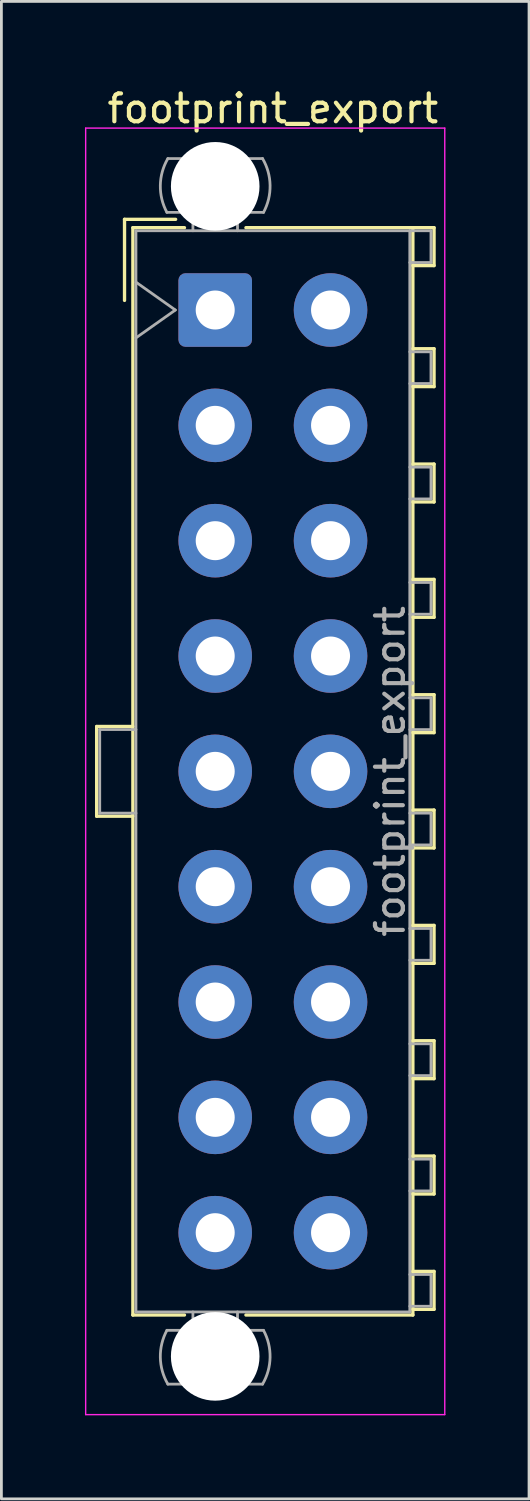
<source format=kicad_pcb>
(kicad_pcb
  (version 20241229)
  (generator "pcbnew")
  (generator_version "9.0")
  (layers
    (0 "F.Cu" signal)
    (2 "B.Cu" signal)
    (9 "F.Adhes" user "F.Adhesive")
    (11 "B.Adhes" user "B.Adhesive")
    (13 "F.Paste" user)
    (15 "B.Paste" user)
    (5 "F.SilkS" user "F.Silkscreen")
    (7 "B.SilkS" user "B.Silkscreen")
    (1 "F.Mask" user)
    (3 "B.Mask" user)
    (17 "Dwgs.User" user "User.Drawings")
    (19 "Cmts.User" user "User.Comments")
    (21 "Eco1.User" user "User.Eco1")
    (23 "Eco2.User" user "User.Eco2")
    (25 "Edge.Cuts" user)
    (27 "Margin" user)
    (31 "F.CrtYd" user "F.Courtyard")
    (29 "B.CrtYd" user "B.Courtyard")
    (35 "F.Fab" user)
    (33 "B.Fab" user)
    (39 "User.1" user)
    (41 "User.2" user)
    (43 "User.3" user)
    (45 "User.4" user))
  (footprint "footprint_export"
    (layer "F.Cu")
    (at 4.675 8.078)
    (property "Reference" "footprint_export" (at 2.07 -7.23 0) (layer "F.SilkS") (effects (font (size 1 1) (thickness 0.15))))
    (attr through_hole)
    (fp_line (start -4.255 14.95) (end -4.255 18.17) (stroke (width 0.12) (type solid)) (layer "F.SilkS"))
    (fp_line (start -4.255 18.17) (end -2.955 18.17) (stroke (width 0.12) (type solid)) (layer "F.SilkS"))
    (fp_line (start -3.255 -3.255) (end -3.255 -0.345) (stroke (width 0.12) (type solid)) (layer "F.SilkS"))
    (fp_line (start -2.955 -2.955) (end -2.955 36.075) (stroke (width 0.12) (type solid)) (layer "F.SilkS"))
    (fp_line (start -2.955 14.95) (end -4.255 14.95) (stroke (width 0.12) (type solid)) (layer "F.SilkS"))
    (fp_line (start -2.955 36.075) (end -1.103 36.075) (stroke (width 0.12) (type solid)) (layer "F.SilkS"))
    (fp_line (start -1.421 -3.255) (end -3.255 -3.255) (stroke (width 0.12) (type solid)) (layer "F.SilkS"))
    (fp_line (start -1.103 -2.955) (end -2.955 -2.955) (stroke (width 0.12) (type solid)) (layer "F.SilkS"))
    (fp_line (start 1.103 -2.955) (end 7.095 -2.955) (stroke (width 0.12) (type solid)) (layer "F.SilkS"))
    (fp_line (start 7.095 -2.955) (end 7.095 36.075) (stroke (width 0.12) (type solid)) (layer "F.SilkS"))
    (fp_line (start 7.095 -2.955) (end 7.855 -2.955) (stroke (width 0.12) (type solid)) (layer "F.SilkS"))
    (fp_line (start 7.095 1.39) (end 7.855 1.39) (stroke (width 0.12) (type solid)) (layer "F.SilkS"))
    (fp_line (start 7.095 5.53) (end 7.855 5.53) (stroke (width 0.12) (type solid)) (layer "F.SilkS"))
    (fp_line (start 7.095 9.67) (end 7.855 9.67) (stroke (width 0.12) (type solid)) (layer "F.SilkS"))
    (fp_line (start 7.095 13.81) (end 7.855 13.81) (stroke (width 0.12) (type solid)) (layer "F.SilkS"))
    (fp_line (start 7.095 17.95) (end 7.855 17.95) (stroke (width 0.12) (type solid)) (layer "F.SilkS"))
    (fp_line (start 7.095 22.09) (end 7.855 22.09) (stroke (width 0.12) (type solid)) (layer "F.SilkS"))
    (fp_line (start 7.095 26.23) (end 7.855 26.23) (stroke (width 0.12) (type solid)) (layer "F.SilkS"))
    (fp_line (start 7.095 30.37) (end 7.855 30.37) (stroke (width 0.12) (type solid)) (layer "F.SilkS"))
    (fp_line (start 7.095 34.51) (end 7.855 34.51) (stroke (width 0.12) (type solid)) (layer "F.SilkS"))
    (fp_line (start 7.095 36.075) (end 1.103 36.075) (stroke (width 0.12) (type solid)) (layer "F.SilkS"))
    (fp_line (start 7.855 -2.955) (end 7.855 -1.595) (stroke (width 0.12) (type solid)) (layer "F.SilkS"))
    (fp_line (start 7.855 -1.595) (end 7.095 -1.595) (stroke (width 0.12) (type solid)) (layer "F.SilkS"))
    (fp_line (start 7.855 1.39) (end 7.855 2.75) (stroke (width 0.12) (type solid)) (layer "F.SilkS"))
    (fp_line (start 7.855 2.75) (end 7.095 2.75) (stroke (width 0.12) (type solid)) (layer "F.SilkS"))
    (fp_line (start 7.855 5.53) (end 7.855 6.89) (stroke (width 0.12) (type solid)) (layer "F.SilkS"))
    (fp_line (start 7.855 6.89) (end 7.095 6.89) (stroke (width 0.12) (type solid)) (layer "F.SilkS"))
    (fp_line (start 7.855 9.67) (end 7.855 11.03) (stroke (width 0.12) (type solid)) (layer "F.SilkS"))
    (fp_line (start 7.855 11.03) (end 7.095 11.03) (stroke (width 0.12) (type solid)) (layer "F.SilkS"))
    (fp_line (start 7.855 13.81) (end 7.855 15.17) (stroke (width 0.12) (type solid)) (layer "F.SilkS"))
    (fp_line (start 7.855 15.17) (end 7.095 15.17) (stroke (width 0.12) (type solid)) (layer "F.SilkS"))
    (fp_line (start 7.855 17.95) (end 7.855 19.31) (stroke (width 0.12) (type solid)) (layer "F.SilkS"))
    (fp_line (start 7.855 19.31) (end 7.095 19.31) (stroke (width 0.12) (type solid)) (layer "F.SilkS"))
    (fp_line (start 7.855 22.09) (end 7.855 23.45) (stroke (width 0.12) (type solid)) (layer "F.SilkS"))
    (fp_line (start 7.855 23.45) (end 7.095 23.45) (stroke (width 0.12) (type solid)) (layer "F.SilkS"))
    (fp_line (start 7.855 26.23) (end 7.855 27.59) (stroke (width 0.12) (type solid)) (layer "F.SilkS"))
    (fp_line (start 7.855 27.59) (end 7.095 27.59) (stroke (width 0.12) (type solid)) (layer "F.SilkS"))
    (fp_line (start 7.855 30.37) (end 7.855 31.73) (stroke (width 0.12) (type solid)) (layer "F.SilkS"))
    (fp_line (start 7.855 31.73) (end 7.095 31.73) (stroke (width 0.12) (type solid)) (layer "F.SilkS"))
    (fp_line (start 7.855 34.51) (end 7.855 35.87) (stroke (width 0.12) (type solid)) (layer "F.SilkS"))
    (fp_line (start 7.855 35.87) (end 7.095 35.87) (stroke (width 0.12) (type solid)) (layer "F.SilkS"))
    (fp_line (start -4.65 -6.53) (end -4.65 39.65) (stroke (width 0.05) (type solid)) (layer "F.CrtYd"))
    (fp_line (start -4.65 39.65) (end 8.24 39.65) (stroke (width 0.05) (type solid)) (layer "F.CrtYd"))
    (fp_line (start 8.24 -6.53) (end -4.65 -6.53) (stroke (width 0.05) (type solid)) (layer "F.CrtYd"))
    (fp_line (start 8.24 39.65) (end 8.24 -6.53) (stroke (width 0.05) (type solid)) (layer "F.CrtYd"))
    (fp_line (start -4.145 15.06) (end -4.145 18.06) (stroke (width 0.1) (type solid)) (layer "F.Fab"))
    (fp_line (start -4.145 18.06) (end -2.845 18.06) (stroke (width 0.1) (type solid)) (layer "F.Fab"))
    (fp_line (start -2.845 -2.845) (end -2.845 35.965) (stroke (width 0.1) (type solid)) (layer "F.Fab"))
    (fp_line (start -2.845 -1) (end -1.431 0) (stroke (width 0.1) (type solid)) (layer "F.Fab"))
    (fp_line (start -2.845 15.06) (end -4.145 15.06) (stroke (width 0.1) (type solid)) (layer "F.Fab"))
    (fp_line (start -2.845 35.965) (end 6.985 35.965) (stroke (width 0.1) (type solid)) (layer "F.Fab"))
    (fp_line (start -1.431 0) (end -2.845 1) (stroke (width 0.1) (type solid)) (layer "F.Fab"))
    (fp_line (start -0.8 -2.845) (end -0.8 -3.505) (stroke (width 0.1) (type solid)) (layer "F.Fab"))
    (fp_line (start -0.8 35.965) (end -0.8 36.625) (stroke (width 0.1) (type solid)) (layer "F.Fab"))
    (fp_line (start 0.8 -2.845) (end 0.8 -3.505) (stroke (width 0.1) (type solid)) (layer "F.Fab"))
    (fp_line (start 0.8 35.965) (end 0.8 36.625) (stroke (width 0.1) (type solid)) (layer "F.Fab"))
    (fp_line (start 1.7 -5.436) (end -1.7 -5.436) (stroke (width 0.1) (type solid)) (layer "F.Fab"))
    (fp_line (start 1.7 38.556) (end -1.7 38.556) (stroke (width 0.1) (type solid)) (layer "F.Fab"))
    (fp_line (start 1.734 -3.505) (end -1.734 -3.505) (stroke (width 0.1) (type solid)) (layer "F.Fab"))
    (fp_line (start 1.734 36.625) (end -1.734 36.625) (stroke (width 0.1) (type solid)) (layer "F.Fab"))
    (fp_line (start 6.985 -2.845) (end -2.845 -2.845) (stroke (width 0.1) (type solid)) (layer "F.Fab"))
    (fp_line (start 6.985 -2.845) (end 7.745 -2.845) (stroke (width 0.1) (type solid)) (layer "F.Fab"))
    (fp_line (start 6.985 1.5) (end 7.745 1.5) (stroke (width 0.1) (type solid)) (layer "F.Fab"))
    (fp_line (start 6.985 5.64) (end 7.745 5.64) (stroke (width 0.1) (type solid)) (layer "F.Fab"))
    (fp_line (start 6.985 9.78) (end 7.745 9.78) (stroke (width 0.1) (type solid)) (layer "F.Fab"))
    (fp_line (start 6.985 13.92) (end 7.745 13.92) (stroke (width 0.1) (type solid)) (layer "F.Fab"))
    (fp_line (start 6.985 18.06) (end 7.745 18.06) (stroke (width 0.1) (type solid)) (layer "F.Fab"))
    (fp_line (start 6.985 22.2) (end 7.745 22.2) (stroke (width 0.1) (type solid)) (layer "F.Fab"))
    (fp_line (start 6.985 26.34) (end 7.745 26.34) (stroke (width 0.1) (type solid)) (layer "F.Fab"))
    (fp_line (start 6.985 30.48) (end 7.745 30.48) (stroke (width 0.1) (type solid)) (layer "F.Fab"))
    (fp_line (start 6.985 34.62) (end 7.745 34.62) (stroke (width 0.1) (type solid)) (layer "F.Fab"))
    (fp_line (start 6.985 35.965) (end 6.985 -2.845) (stroke (width 0.1) (type solid)) (layer "F.Fab"))
    (fp_line (start 7.745 -2.845) (end 7.745 -1.705) (stroke (width 0.1) (type solid)) (layer "F.Fab"))
    (fp_line (start 7.745 -1.705) (end 6.985 -1.705) (stroke (width 0.1) (type solid)) (layer "F.Fab"))
    (fp_line (start 7.745 1.5) (end 7.745 2.64) (stroke (width 0.1) (type solid)) (layer "F.Fab"))
    (fp_line (start 7.745 2.64) (end 6.985 2.64) (stroke (width 0.1) (type solid)) (layer "F.Fab"))
    (fp_line (start 7.745 5.64) (end 7.745 6.78) (stroke (width 0.1) (type solid)) (layer "F.Fab"))
    (fp_line (start 7.745 6.78) (end 6.985 6.78) (stroke (width 0.1) (type solid)) (layer "F.Fab"))
    (fp_line (start 7.745 9.78) (end 7.745 10.92) (stroke (width 0.1) (type solid)) (layer "F.Fab"))
    (fp_line (start 7.745 10.92) (end 6.985 10.92) (stroke (width 0.1) (type solid)) (layer "F.Fab"))
    (fp_line (start 7.745 13.92) (end 7.745 15.06) (stroke (width 0.1) (type solid)) (layer "F.Fab"))
    (fp_line (start 7.745 15.06) (end 6.985 15.06) (stroke (width 0.1) (type solid)) (layer "F.Fab"))
    (fp_line (start 7.745 18.06) (end 7.745 19.2) (stroke (width 0.1) (type solid)) (layer "F.Fab"))
    (fp_line (start 7.745 19.2) (end 6.985 19.2) (stroke (width 0.1) (type solid)) (layer "F.Fab"))
    (fp_line (start 7.745 22.2) (end 7.745 23.34) (stroke (width 0.1) (type solid)) (layer "F.Fab"))
    (fp_line (start 7.745 23.34) (end 6.985 23.34) (stroke (width 0.1) (type solid)) (layer "F.Fab"))
    (fp_line (start 7.745 26.34) (end 7.745 27.48) (stroke (width 0.1) (type solid)) (layer "F.Fab"))
    (fp_line (start 7.745 27.48) (end 6.985 27.48) (stroke (width 0.1) (type solid)) (layer "F.Fab"))
    (fp_line (start 7.745 30.48) (end 7.745 31.62) (stroke (width 0.1) (type solid)) (layer "F.Fab"))
    (fp_line (start 7.745 31.62) (end 6.985 31.62) (stroke (width 0.1) (type solid)) (layer "F.Fab"))
    (fp_line (start 7.745 34.62) (end 7.745 35.76) (stroke (width 0.1) (type solid)) (layer "F.Fab"))
    (fp_line (start 7.745 35.76) (end 6.985 35.76) (stroke (width 0.1) (type solid)) (layer "F.Fab"))
    (fp_arc (start -1.733977 -3.505) (mid -1.96969 -4.474992) (end -1.699672 -5.436) (stroke (width 0.1) (type solid)) (layer "F.Fab"))
    (fp_arc (start -1.699672 38.556) (mid -1.969689 37.594992) (end -1.733977 36.625) (stroke (width 0.1) (type solid)) (layer "F.Fab"))
    (fp_arc (start 1.699672 -5.436) (mid 1.969689 -4.474992) (end 1.733977 -3.505) (stroke (width 0.1) (type solid)) (layer "F.Fab"))
    (fp_arc (start 1.733977 36.625) (mid 1.96969 37.594992) (end 1.699672 38.556) (stroke (width 0.1) (type solid)) (layer "F.Fab"))
    (fp_text user "${REFERENCE}" (at 6.28 16.56 90) (layer "F.Fab") (effects (font (size 1 1) (thickness 0.15))))
    (pad "" np_thru_hole circle (at 0 -4.44) (size 3.18 3.18) (drill 3.18) (layers "*.Cu" "*.Mask"))
    (pad "" np_thru_hole circle (at 0 37.56) (size 3.18 3.18) (drill 3.18) (layers "*.Cu" "*.Mask"))
    (pad "1" thru_hole roundrect (at 0 0) (size 2.64 2.64) (drill 1.4) (layers "*.Cu" "*.Mask") (roundrect_rratio 0.095))
    (pad "2" thru_hole circle (at 0 4.14) (size 2.64 2.64) (drill 1.4) (layers "*.Cu" "*.Mask"))
    (pad "3" thru_hole circle (at 0 8.28) (size 2.64 2.64) (drill 1.4) (layers "*.Cu" "*.Mask"))
    (pad "4" thru_hole circle (at 0 12.42) (size 2.64 2.64) (drill 1.4) (layers "*.Cu" "*.Mask"))
    (pad "5" thru_hole circle (at 0 16.56) (size 2.64 2.64) (drill 1.4) (layers "*.Cu" "*.Mask"))
    (pad "6" thru_hole circle (at 0 20.7) (size 2.64 2.64) (drill 1.4) (layers "*.Cu" "*.Mask"))
    (pad "7" thru_hole circle (at 0 24.84) (size 2.64 2.64) (drill 1.4) (layers "*.Cu" "*.Mask"))
    (pad "8" thru_hole circle (at 0 28.98) (size 2.64 2.64) (drill 1.4) (layers "*.Cu" "*.Mask"))
    (pad "9" thru_hole circle (at 0 33.12) (size 2.64 2.64) (drill 1.4) (layers "*.Cu" "*.Mask"))
    (pad "10" thru_hole circle (at 4.14 0) (size 2.64 2.64) (drill 1.4) (layers "*.Cu" "*.Mask"))
    (pad "11" thru_hole circle (at 4.14 4.14) (size 2.64 2.64) (drill 1.4) (layers "*.Cu" "*.Mask"))
    (pad "12" thru_hole circle (at 4.14 8.28) (size 2.64 2.64) (drill 1.4) (layers "*.Cu" "*.Mask"))
    (pad "13" thru_hole circle (at 4.14 12.42) (size 2.64 2.64) (drill 1.4) (layers "*.Cu" "*.Mask"))
    (pad "14" thru_hole circle (at 4.14 16.56) (size 2.64 2.64) (drill 1.4) (layers "*.Cu" "*.Mask"))
    (pad "15" thru_hole circle (at 4.14 20.7) (size 2.64 2.64) (drill 1.4) (layers "*.Cu" "*.Mask"))
    (pad "16" thru_hole circle (at 4.14 24.84) (size 2.64 2.64) (drill 1.4) (layers "*.Cu" "*.Mask"))
    (pad "17" thru_hole circle (at 4.14 28.98) (size 2.64 2.64) (drill 1.4) (layers "*.Cu" "*.Mask"))
    (pad "18" thru_hole circle (at 4.14 33.12) (size 2.64 2.64) (drill 1.4) (layers "*.Cu" "*.Mask")))
  (gr_rect
    (start -3 -3)
    (end 15.94 50.753)
    (stroke (width 0.1) (type default))
    (fill no)
    (layer "Edge.Cuts")))
</source>
